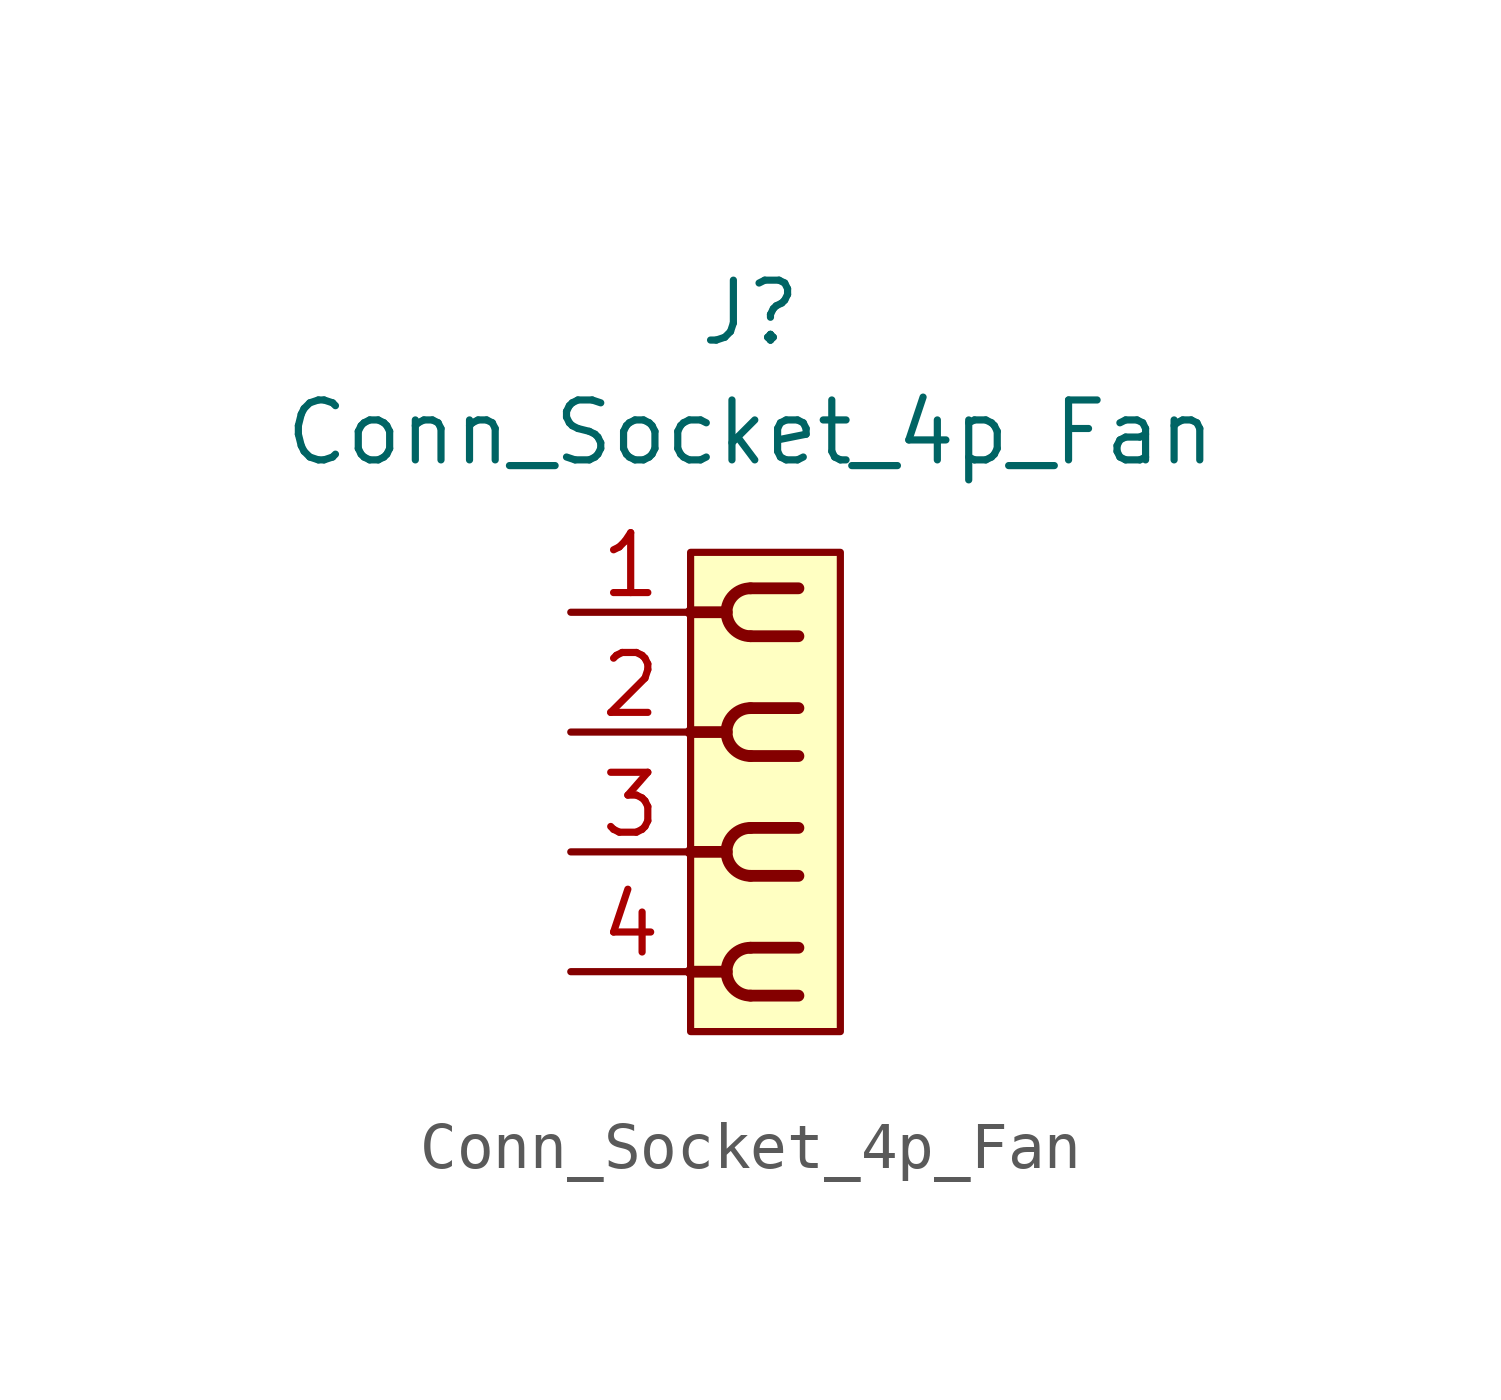
<source format=kicad_sym>
(kicad_symbol_lib
  (version 20231120)
  (generator "kicad_symbol_editor")
  (generator_version "8.0")
  (symbol "Conn_Socket_4p_Fan"
    (property "Reference" "J"
      (at 0 10.16 0)
      (effects (font (size 1.27 1.27))))
    (property "Value" "Conn_Socket_4p_Fan"
      (at 0 7.62 0)
      (effects (font (size 1.27 1.27))))
    (symbol "Conn_Socket_4p_Fan_0_1"
      (rectangle (start -1.27 5.08) (end 1.905 -5.08) (stroke (width 0) (type default)) (fill (type background)))
      (arc (start -0.508 -3.81) (mid -0.3592 -4.1692) (end 0 -4.318) (stroke (width 0.25) (type default)) (fill (type none)))
      (arc (start -0.508 -1.27) (mid -0.3592 -1.6292) (end 0 -1.778) (stroke (width 0.25) (type default)) (fill (type none)))
      (arc (start -0.508 1.27) (mid -0.3592 0.9108) (end 0 0.762) (stroke (width 0.25) (type default)) (fill (type none)))
      (arc (start -0.508 3.81) (mid -0.3592 3.4508) (end 0 3.302) (stroke (width 0.25) (type default)) (fill (type none)))
      (arc (start 0 -3.302) (mid -0.3592 -3.4508) (end -0.508 -3.81) (stroke (width 0.25) (type default)) (fill (type none)))
      (arc (start 0 -0.762) (mid -0.3592 -0.9108) (end -0.508 -1.27) (stroke (width 0.25) (type default)) (fill (type none)))
      (polyline (pts (xy -1.27 -3.81) (xy -0.508 -3.81)) (stroke (width 0.25) (type default)) (fill (type none)))
      (polyline (pts (xy -1.27 -1.27) (xy -0.508 -1.27)) (stroke (width 0.25) (type default)) (fill (type none)))
      (polyline (pts (xy -1.27 1.27) (xy -0.508 1.27)) (stroke (width 0.25) (type default)) (fill (type none)))
      (polyline (pts (xy -1.27 3.81) (xy -0.508 3.81)) (stroke (width 0.25) (type default)) (fill (type none)))
      (polyline (pts (xy 0 -4.318) (xy 1.016 -4.318)) (stroke (width 0.25) (type default)) (fill (type none)))
      (polyline (pts (xy 0 -3.302) (xy 1.016 -3.302)) (stroke (width 0.25) (type default)) (fill (type none)))
      (polyline (pts (xy 0 -1.778) (xy 1.016 -1.778)) (stroke (width 0.25) (type default)) (fill (type none)))
      (polyline (pts (xy 0 -0.762) (xy 1.016 -0.762)) (stroke (width 0.25) (type default)) (fill (type none)))
      (polyline (pts (xy 0 0.762) (xy 1.016 0.762)) (stroke (width 0.25) (type default)) (fill (type none)))
      (polyline (pts (xy 0 1.778) (xy 1.016 1.778)) (stroke (width 0.25) (type default)) (fill (type none)))
      (polyline (pts (xy 0 3.302) (xy 1.016 3.302)) (stroke (width 0.25) (type default)) (fill (type none)))
      (polyline (pts (xy 0 4.318) (xy 1.016 4.318)) (stroke (width 0.25) (type default)) (fill (type none)))
      (arc (start 0 1.778) (mid -0.3592 1.6292) (end -0.508 1.27) (stroke (width 0.25) (type default)) (fill (type none)))
      (arc (start 0 4.318) (mid -0.3592 4.1692) (end -0.508 3.81) (stroke (width 0.25) (type default)) (fill (type none))))
    (symbol "Conn_Socket_4p_Fan_1_1"
      (pin passive line (at -3.81 3.81 0) (length 2.54) (name "" (effects (font (size 1.27 1.27)))) (number "1" (effects (font (size 1.27 1.27)))))
      (pin passive line (at -3.81 1.27 0) (length 2.54) (name "" (effects (font (size 1.27 1.27)))) (number "2" (effects (font (size 1.27 1.27)))))
      (pin passive line (at -3.81 -1.27 0) (length 2.54) (name "" (effects (font (size 1.27 1.27)))) (number "3" (effects (font (size 1.27 1.27)))))
      (pin passive line (at -3.81 -3.81 0) (length 2.54) (name "" (effects (font (size 1.27 1.27)))) (number "4" (effects (font (size 1.27 1.27))))))))
</source>
